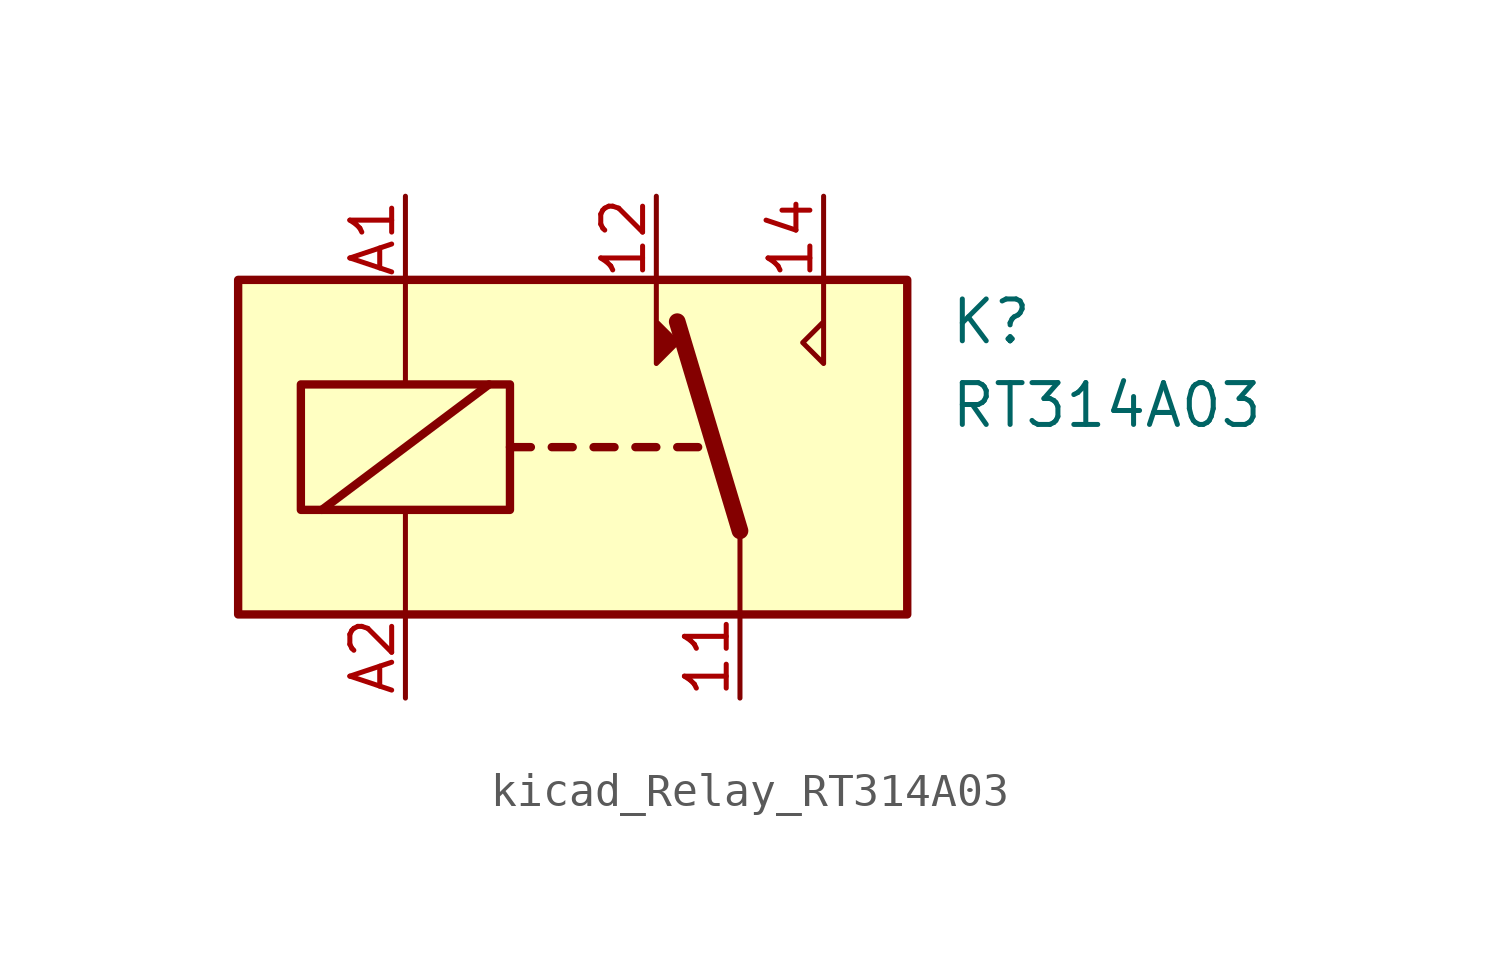
<source format=kicad_sym>
(kicad_symbol_lib
  (version 20220914)
  (generator kicad_symbol_editor)
  (symbol "kicad_Relay_RT314A03"
    (property "Reference" "K"
      (at 11.43 3.81 0)
      (effects (font (size 1.27 1.27)) (justify left)))
    (property "Value" "RT314A03"
      (at 11.43 1.27 0)
      (effects (font (size 1.27 1.27)) (justify left)))
    (symbol "kicad_Relay_RT314A03_0_0"
      (polyline (pts (xy -2.54 1.905) (xy -7.62 -1.905)) (stroke (width 0.254) (type default)) (fill (type none))))
    (symbol "kicad_Relay_RT314A03_0_1"
      (rectangle (start -10.16 5.08) (end 10.16 -5.08) (stroke (width 0.254) (type default)) (fill (type background)))
      (rectangle (start -8.255 1.905) (end -1.905 -1.905) (stroke (width 0.254) (type default)) (fill (type none)))
      (polyline (pts (xy -5.08 -5.08) (xy -5.08 -1.905)) (stroke (width 0) (type default)) (fill (type none)))
      (polyline (pts (xy -5.08 5.08) (xy -5.08 1.905)) (stroke (width 0) (type default)) (fill (type none)))
      (polyline (pts (xy -1.905 0) (xy -1.27 0)) (stroke (width 0.254) (type default)) (fill (type none)))
      (polyline (pts (xy -0.635 0) (xy 0 0)) (stroke (width 0.254) (type default)) (fill (type none)))
      (polyline (pts (xy 0.635 0) (xy 1.27 0)) (stroke (width 0.254) (type default)) (fill (type none)))
      (polyline (pts (xy 1.905 0) (xy 2.54 0)) (stroke (width 0.254) (type default)) (fill (type none)))
      (polyline (pts (xy 3.175 0) (xy 3.81 0)) (stroke (width 0.254) (type default)) (fill (type none)))
      (polyline (pts (xy 5.08 -2.54) (xy 3.175 3.81)) (stroke (width 0.508) (type default)) (fill (type none)))
      (polyline (pts (xy 5.08 -2.54) (xy 5.08 -5.08)) (stroke (width 0) (type default)) (fill (type none)))
      (polyline (pts (xy 2.54 5.08) (xy 2.54 2.54) (xy 3.175 3.175) (xy 2.54 3.81)) (stroke (width 0) (type default)) (fill (type outline)))
      (polyline (pts (xy 7.62 5.08) (xy 7.62 2.54) (xy 6.985 3.175) (xy 7.62 3.81)) (stroke (width 0) (type default)) (fill (type none))))
    (symbol "kicad_Relay_RT314A03_1_1"
      (pin passive line (at 5.08 -7.62 90) (length 2.54) (name "~" (effects (font (size 1.27 1.27)))) (number "11" (effects (font (size 1.27 1.27)))))
      (pin passive line (at 2.54 7.62 270) (length 2.54) (name "~" (effects (font (size 1.27 1.27)))) (number "12" (effects (font (size 1.27 1.27)))))
      (pin passive line (at 7.62 7.62 270) (length 2.54) (name "~" (effects (font (size 1.27 1.27)))) (number "14" (effects (font (size 1.27 1.27)))))
      (pin passive line (at -5.08 7.62 270) (length 2.54) (name "~" (effects (font (size 1.27 1.27)))) (number "A1" (effects (font (size 1.27 1.27)))))
      (pin passive line (at -5.08 -7.62 90) (length 2.54) (name "~" (effects (font (size 1.27 1.27)))) (number "A2" (effects (font (size 1.27 1.27))))))))
</source>
